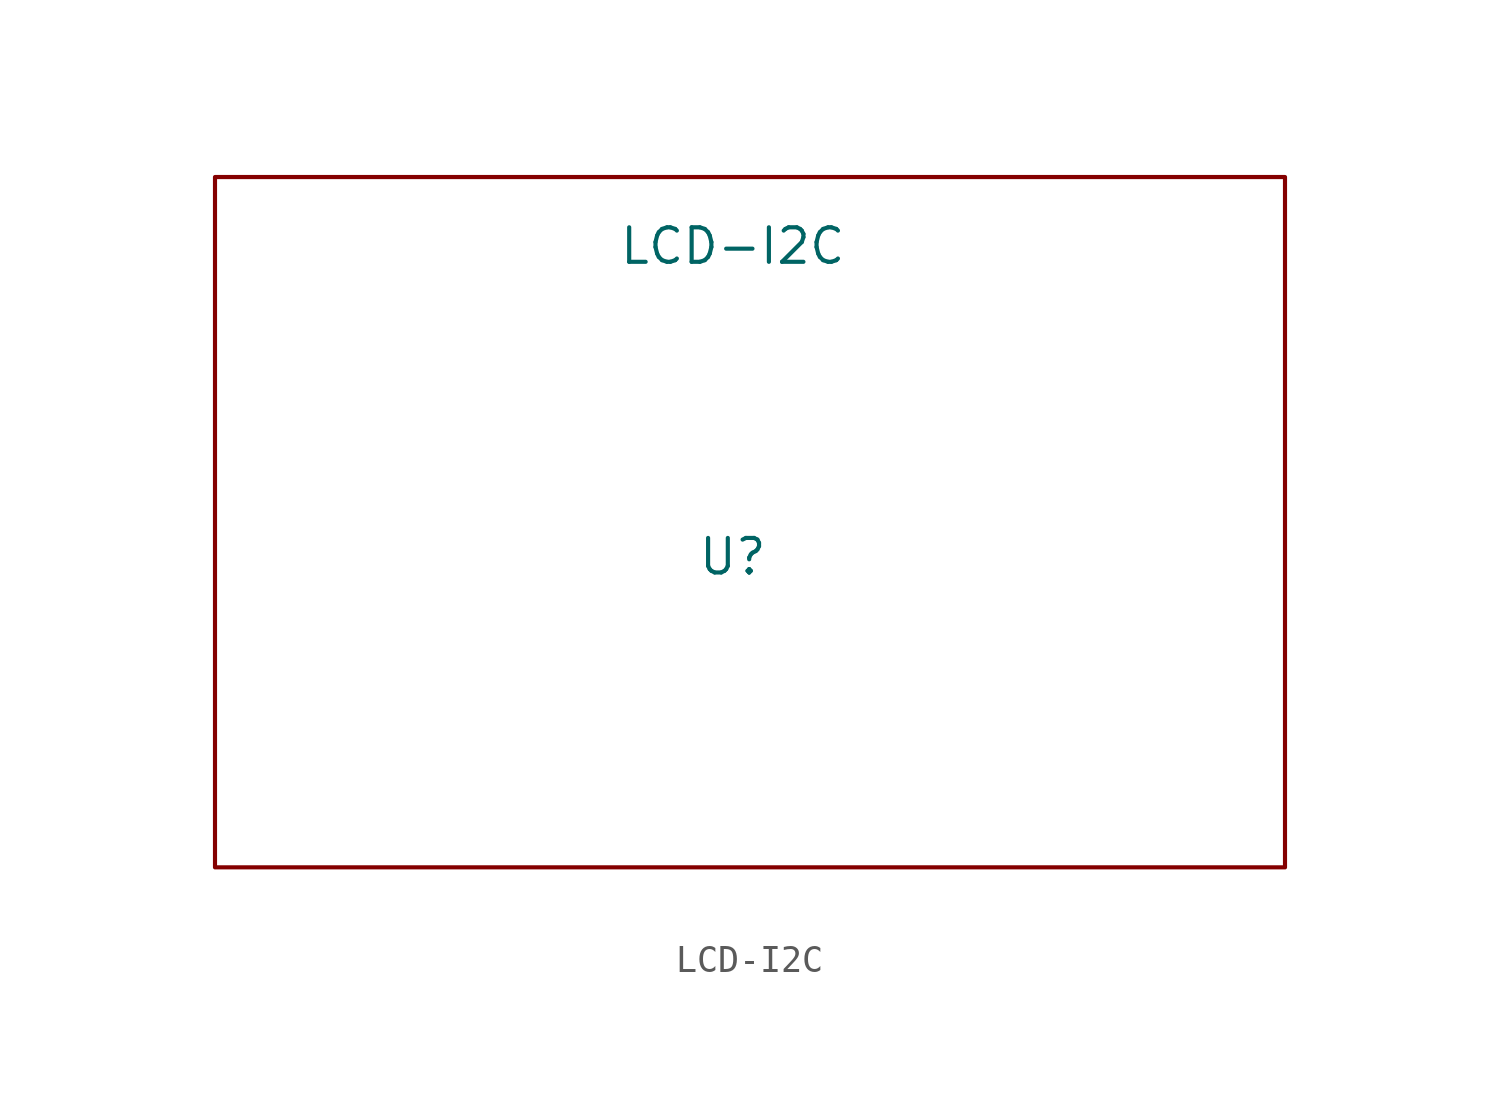
<source format=kicad_sym>
(kicad_symbol_lib
  (version 20211014)
  (generator kicad_symbol_editor)
  (symbol "LCD-I2C"
    (property "Reference" "U"
      (at 0 0 0)
      (effects (font (size 1.27 1.27))))
    (property "Value" "LCD-I2C"
      (at 0 11.43 0)
      (effects (font (size 1.27 1.27))))
    (symbol "LCD-I2C_0_1"
      (rectangle (start -19.05 13.97) (end 20.32 -11.43) (stroke (width 0) (type default) (color 0 0 0 0)) (fill (type none))))))
</source>
